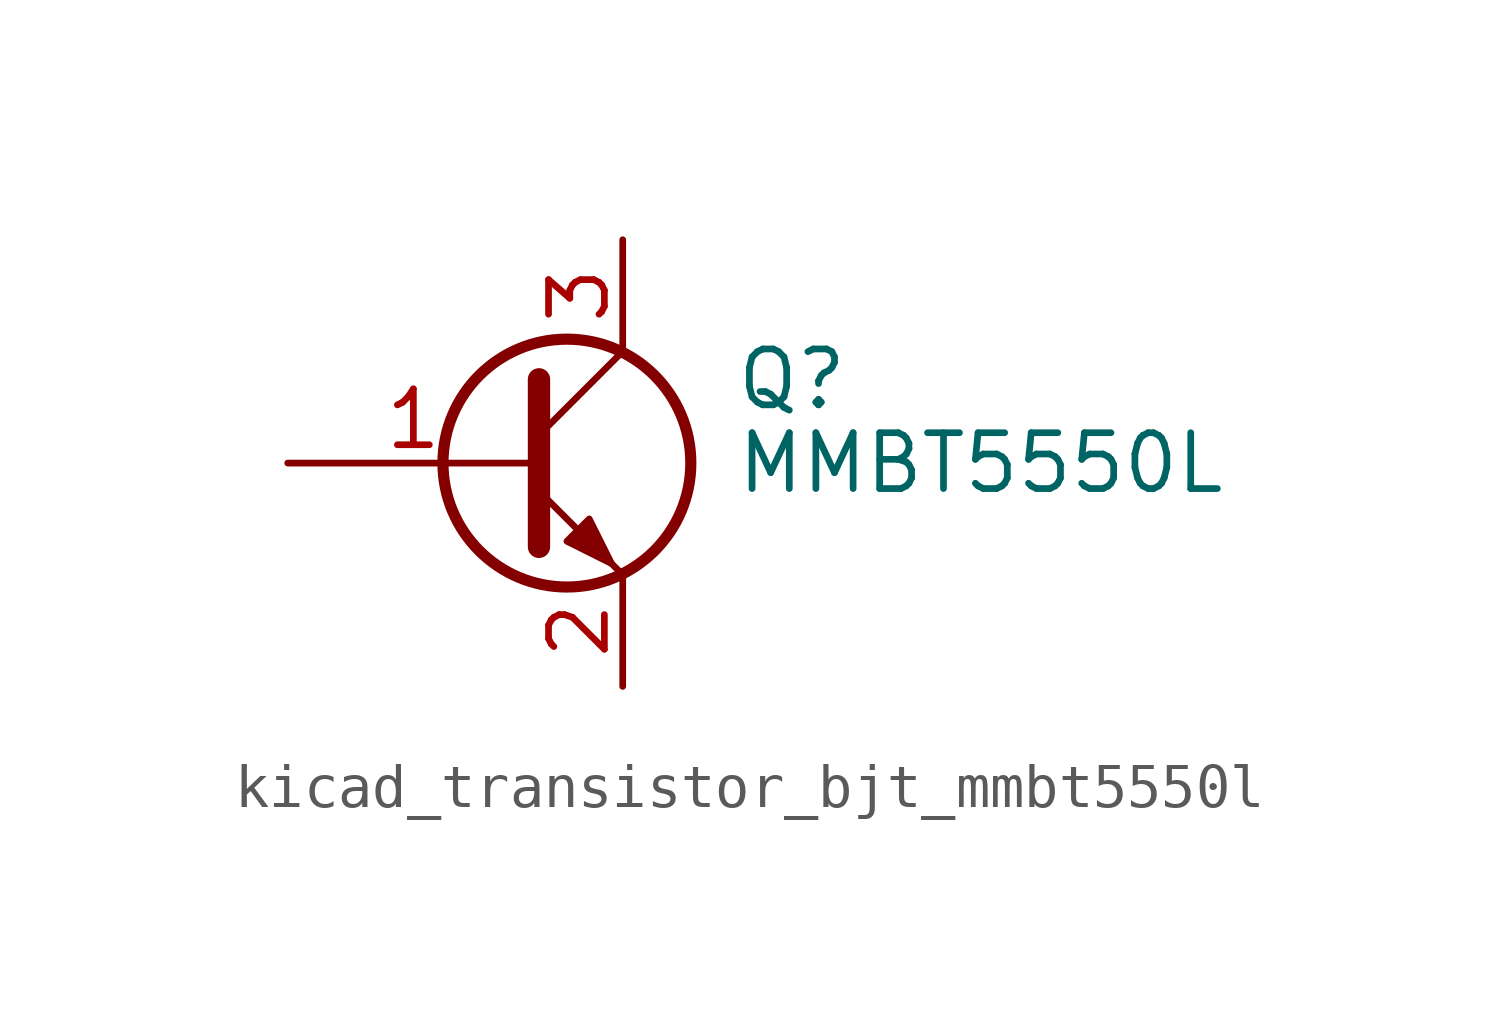
<source format=kicad_sym>
(kicad_symbol_lib
  (version 20220914)
  (generator kicad_symbol_editor)
  (symbol "kicad_transistor_bjt_mmbt5550l"
    (pin_names
      (offset 0) hide)
    (property "Reference" "Q"
      (at 5.08 1.905 0)
      (effects (font (size 1.27 1.27)) (justify left)))
    (property "Value" "MMBT5550L"
      (at 5.08 0 0)
      (effects (font (size 1.27 1.27)) (justify left)))
    (symbol "kicad_transistor_bjt_mmbt5550l_0_1"
      (polyline (pts (xy 0.635 0.635) (xy 2.54 2.54)) (stroke (width 0) (type default)) (fill (type none)))
      (polyline (pts (xy 0.635 -0.635) (xy 2.54 -2.54) (xy 2.54 -2.54)) (stroke (width 0) (type default)) (fill (type none)))
      (polyline (pts (xy 0.635 1.905) (xy 0.635 -1.905) (xy 0.635 -1.905)) (stroke (width 0.508) (type default)) (fill (type none)))
      (polyline (pts (xy 1.27 -1.778) (xy 1.778 -1.27) (xy 2.286 -2.286) (xy 1.27 -1.778) (xy 1.27 -1.778)) (stroke (width 0) (type default)) (fill (type outline)))
      (circle (center 1.27 0) (radius 2.819) (stroke (width 0.254) (type default)) (fill (type none))))
    (symbol "kicad_transistor_bjt_mmbt5550l_1_1"
      (pin input line (at -5.08 0 0) (length 5.715) (name "B" (effects (font (size 1.27 1.27)))) (number "1" (effects (font (size 1.27 1.27)))))
      (pin passive line (at 2.54 -5.08 90) (length 2.54) (name "E" (effects (font (size 1.27 1.27)))) (number "2" (effects (font (size 1.27 1.27)))))
      (pin passive line (at 2.54 5.08 270) (length 2.54) (name "C" (effects (font (size 1.27 1.27)))) (number "3" (effects (font (size 1.27 1.27))))))))
</source>
